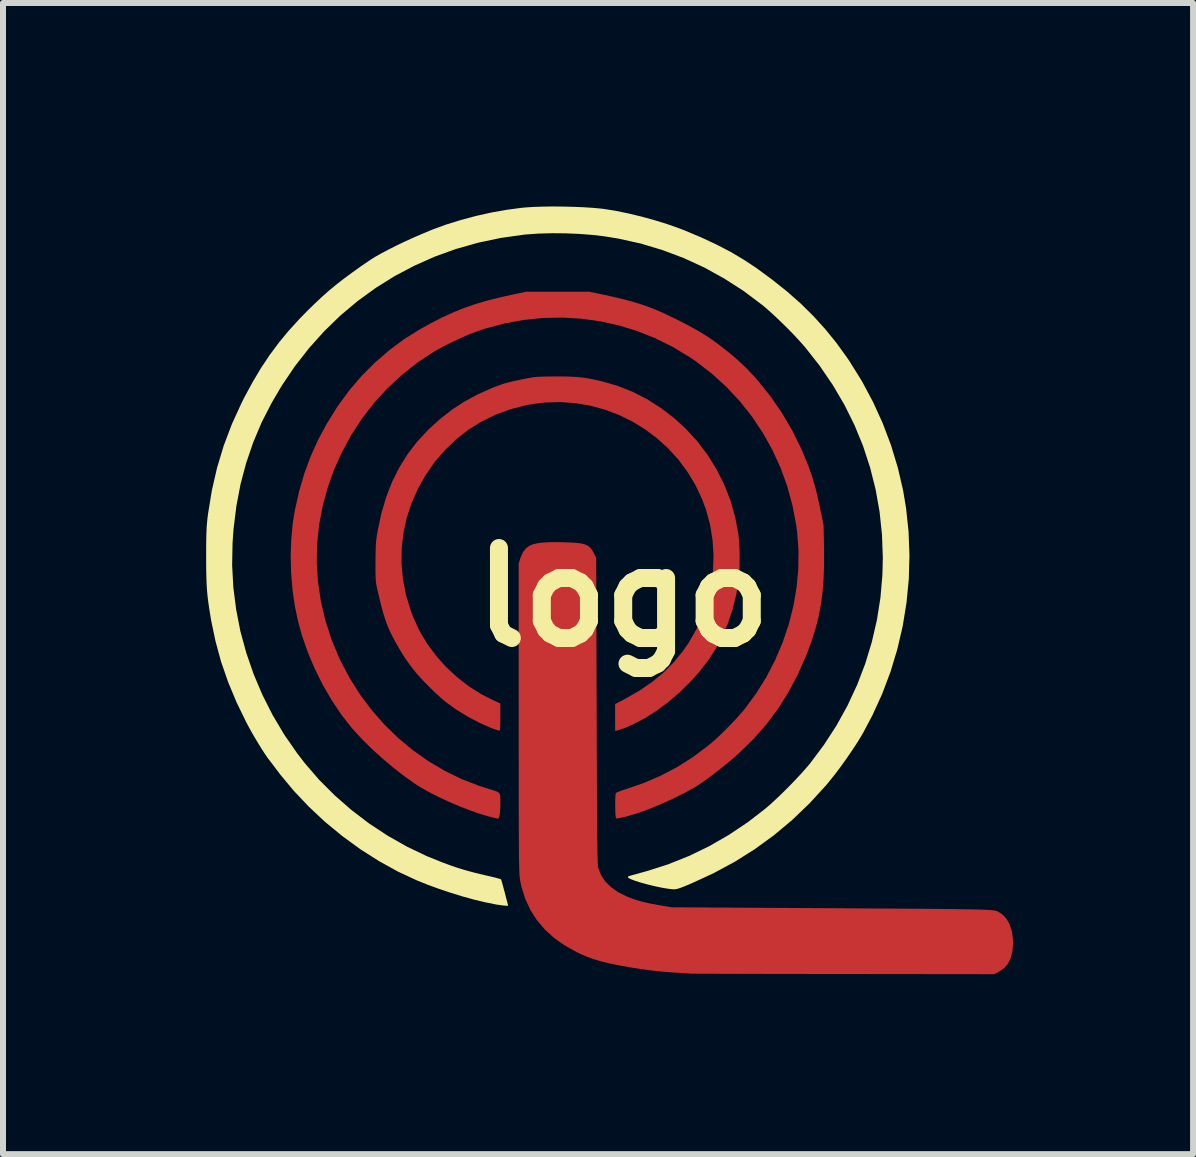
<source format=kicad_pcb>
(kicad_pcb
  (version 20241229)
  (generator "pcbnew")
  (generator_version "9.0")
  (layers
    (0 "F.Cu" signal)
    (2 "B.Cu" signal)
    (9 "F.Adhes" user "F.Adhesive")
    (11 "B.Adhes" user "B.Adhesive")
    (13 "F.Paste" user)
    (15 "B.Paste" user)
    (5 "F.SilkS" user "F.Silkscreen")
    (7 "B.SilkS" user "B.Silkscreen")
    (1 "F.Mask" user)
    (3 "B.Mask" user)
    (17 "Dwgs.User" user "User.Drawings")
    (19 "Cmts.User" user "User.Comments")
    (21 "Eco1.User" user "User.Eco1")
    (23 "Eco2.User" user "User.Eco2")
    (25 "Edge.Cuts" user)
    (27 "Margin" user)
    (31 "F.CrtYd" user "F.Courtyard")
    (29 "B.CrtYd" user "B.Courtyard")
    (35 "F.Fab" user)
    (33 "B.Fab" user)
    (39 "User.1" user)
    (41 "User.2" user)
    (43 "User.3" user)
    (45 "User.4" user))
  (footprint "logo"
    (layer "F.Cu")
    (at 6.248 5.994)
    (property "Reference" "logo" (at 1.092 0.914 0) (layer "F.SilkS") (effects (font (size 1.5 1.5) (thickness 0.3))))
    (attr board_only exclude_from_pos_files exclude_from_bom)
    (fp_poly (pts (xy 0.081 -0.004) (xy 0.204 -0.000172) (xy 0.303 0.006) (xy 0.382 0.015) (xy 0.443 0.029) (xy 0.491 0.048) (xy 0.529 0.074) (xy 0.56 0.108) (xy 0.588 0.151) (xy 0.607 0.188) (xy 0.641 0.256) (xy 0.649 2.807) (xy 0.65 3.123) (xy 0.651 3.413) (xy 0.652 3.677) (xy 0.653 3.918) (xy 0.654 4.137) (xy 0.655 4.333) (xy 0.656 4.509) (xy 0.657 4.666) (xy 0.658 4.804) (xy 0.659 4.925) (xy 0.661 5.03) (xy 0.662 5.12) (xy 0.663 5.196) (xy 0.665 5.26) (xy 0.667 5.311) (xy 0.668 5.352) (xy 0.67 5.383) (xy 0.673 5.406) (xy 0.675 5.422) (xy 0.676 5.428) (xy 0.722 5.545) (xy 0.793 5.651) (xy 0.889 5.746) (xy 1.008 5.83) (xy 1.152 5.902) (xy 1.213 5.927) (xy 1.312 5.961) (xy 1.417 5.991) (xy 1.536 6.018) (xy 1.674 6.044) (xy 1.703 6.049) (xy 1.9 6.082) (xy 4.355 6.096) (xy 4.686 6.098) (xy 4.99 6.1) (xy 5.27 6.102) (xy 5.525 6.103) (xy 5.758 6.105) (xy 5.969 6.106) (xy 6.16 6.108) (xy 6.331 6.109) (xy 6.484 6.111) (xy 6.62 6.112) (xy 6.74 6.114) (xy 6.845 6.116) (xy 6.935 6.117) (xy 7.013 6.119) (xy 7.08 6.121) (xy 7.136 6.124) (xy 7.182 6.126) (xy 7.22 6.129) (xy 7.25 6.132) (xy 7.275 6.135) (xy 7.294 6.138) (xy 7.31 6.142) (xy 7.322 6.146) (xy 7.333 6.15) (xy 7.341 6.154) (xy 7.42 6.205) (xy 7.485 6.279) (xy 7.536 6.372) (xy 7.571 6.482) (xy 7.589 6.607) (xy 7.591 6.678) (xy 7.582 6.81) (xy 7.553 6.925) (xy 7.506 7.021) (xy 7.441 7.098) (xy 7.362 7.152) (xy 7.277 7.197) (xy 4.778 7.194) (xy 4.519 7.194) (xy 4.266 7.194) (xy 4.022 7.193) (xy 3.787 7.193) (xy 3.563 7.193) (xy 3.352 7.192) (xy 3.154 7.192) (xy 2.971 7.191) (xy 2.805 7.191) (xy 2.657 7.19) (xy 2.527 7.19) (xy 2.419 7.189) (xy 2.332 7.189) (xy 2.269 7.188) (xy 2.23 7.188) (xy 2.218 7.188) (xy 2.184 7.185) (xy 2.129 7.182) (xy 2.059 7.177) (xy 1.98 7.172) (xy 1.933 7.169) (xy 1.786 7.158) (xy 1.645 7.145) (xy 1.504 7.128) (xy 1.353 7.106) (xy 1.187 7.08) (xy 1.009 7.048) (xy 0.852 7.016) (xy 0.714 6.981) (xy 0.589 6.943) (xy 0.473 6.9) (xy 0.361 6.851) (xy 0.314 6.828) (xy 0.114 6.716) (xy -0.063 6.591) (xy -0.216 6.451) (xy -0.346 6.298) (xy -0.454 6.13) (xy -0.539 5.948) (xy -0.602 5.75) (xy -0.627 5.635) (xy -0.629 5.618) (xy -0.632 5.599) (xy -0.634 5.576) (xy -0.637 5.549) (xy -0.639 5.516) (xy -0.64 5.476) (xy -0.642 5.428) (xy -0.643 5.371) (xy -0.645 5.303) (xy -0.646 5.223) (xy -0.647 5.13) (xy -0.647 5.024) (xy -0.648 4.902) (xy -0.649 4.763) (xy -0.649 4.607) (xy -0.65 4.432) (xy -0.65 4.236) (xy -0.65 4.02) (xy -0.65 3.781) (xy -0.651 3.519) (xy -0.651 3.231) (xy -0.651 2.929) (xy -0.651 0.351) (xy -0.621 0.256) (xy -0.581 0.164) (xy -0.528 0.095) (xy -0.47 0.054) (xy -0.412 0.03) (xy -0.338 0.013) (xy -0.248 0.001) (xy -0.137 -0.005) (xy -0.003 -0.006)) (stroke (width 0) (type solid)) (fill yes) (layer "F.Cu"))
    (fp_poly (pts (xy 0.101 -2.768) (xy 0.215 -2.765) (xy 0.316 -2.759) (xy 0.408 -2.75) (xy 0.501 -2.737) (xy 0.598 -2.718) (xy 0.708 -2.694) (xy 0.733 -2.688) (xy 0.994 -2.613) (xy 1.248 -2.512) (xy 1.493 -2.387) (xy 1.727 -2.238) (xy 1.949 -2.067) (xy 2.135 -1.896) (xy 2.329 -1.685) (xy 2.501 -1.457) (xy 2.65 -1.216) (xy 2.777 -0.963) (xy 2.88 -0.699) (xy 2.958 -0.426) (xy 3.01 -0.147) (xy 3.018 -0.082) (xy 3.025 0.003) (xy 3.03 0.107) (xy 3.033 0.222) (xy 3.032 0.339) (xy 3.03 0.451) (xy 3.024 0.549) (xy 3.02 0.602) (xy 2.979 0.858) (xy 2.916 1.113) (xy 2.832 1.361) (xy 2.729 1.597) (xy 2.634 1.773) (xy 2.51 1.963) (xy 2.365 2.151) (xy 2.203 2.332) (xy 2.027 2.503) (xy 1.84 2.663) (xy 1.647 2.806) (xy 1.45 2.931) (xy 1.254 3.034) (xy 1.152 3.079) (xy 1.096 3.1) (xy 1.045 3.119) (xy 1.007 3.131) (xy 0.999 3.132) (xy 0.957 3.142) (xy 0.957 2.918) (xy 0.957 2.694) (xy 1.129 2.604) (xy 1.362 2.47) (xy 1.571 2.327) (xy 1.76 2.172) (xy 1.929 2.003) (xy 2.081 1.818) (xy 2.182 1.673) (xy 2.311 1.449) (xy 2.417 1.215) (xy 2.499 0.972) (xy 2.556 0.722) (xy 2.589 0.468) (xy 2.598 0.213) (xy 2.581 -0.043) (xy 2.54 -0.296) (xy 2.473 -0.544) (xy 2.405 -0.727) (xy 2.294 -0.962) (xy 2.161 -1.181) (xy 2.009 -1.385) (xy 1.839 -1.571) (xy 1.653 -1.739) (xy 1.453 -1.889) (xy 1.24 -2.019) (xy 1.016 -2.128) (xy 0.782 -2.216) (xy 0.541 -2.281) (xy 0.293 -2.323) (xy 0.042 -2.341) (xy -0.212 -2.334) (xy -0.468 -2.3) (xy -0.53 -2.288) (xy -0.79 -2.221) (xy -1.038 -2.129) (xy -1.271 -2.015) (xy -1.491 -1.878) (xy -1.694 -1.72) (xy -1.881 -1.54) (xy -2.052 -1.341) (xy -2.203 -1.121) (xy -2.326 -0.904) (xy -2.434 -0.661) (xy -2.517 -0.413) (xy -2.572 -0.161) (xy -2.601 0.095) (xy -2.604 0.353) (xy -2.58 0.613) (xy -2.53 0.872) (xy -2.452 1.131) (xy -2.409 1.247) (xy -2.306 1.47) (xy -2.179 1.683) (xy -2.03 1.886) (xy -1.862 2.075) (xy -1.676 2.247) (xy -1.476 2.402) (xy -1.263 2.535) (xy -1.096 2.62) (xy -0.957 2.684) (xy -0.957 2.912) (xy -0.957 3) (xy -0.959 3.064) (xy -0.962 3.107) (xy -0.966 3.131) (xy -0.973 3.139) (xy -0.974 3.139) (xy -0.993 3.134) (xy -1.031 3.121) (xy -1.081 3.103) (xy -1.113 3.091) (xy -1.306 3.006) (xy -1.502 2.902) (xy -1.691 2.786) (xy -1.863 2.662) (xy -1.872 2.654) (xy -1.946 2.592) (xy -2.031 2.514) (xy -2.121 2.428) (xy -2.211 2.338) (xy -2.293 2.251) (xy -2.362 2.173) (xy -2.365 2.169) (xy -2.465 2.042) (xy -2.562 1.902) (xy -2.658 1.744) (xy -2.742 1.592) (xy -2.782 1.513) (xy -2.817 1.437) (xy -2.849 1.359) (xy -2.878 1.275) (xy -2.908 1.18) (xy -2.938 1.07) (xy -2.97 0.941) (xy -2.995 0.836) (xy -3.009 0.777) (xy -3.019 0.727) (xy -3.027 0.683) (xy -3.032 0.64) (xy -3.036 0.59) (xy -3.037 0.531) (xy -3.038 0.457) (xy -3.038 0.362) (xy -3.038 0.324) (xy -3.037 0.215) (xy -3.035 0.127) (xy -3.033 0.055) (xy -3.029 -0.007) (xy -3.022 -0.066) (xy -3.014 -0.125) (xy -3.002 -0.192) (xy -3.001 -0.198) (xy -2.939 -0.49) (xy -2.858 -0.762) (xy -2.759 -1.016) (xy -2.64 -1.253) (xy -2.501 -1.476) (xy -2.34 -1.684) (xy -2.158 -1.88) (xy -1.967 -2.054) (xy -1.764 -2.213) (xy -1.555 -2.35) (xy -1.335 -2.469) (xy -1.098 -2.574) (xy -1.019 -2.605) (xy -0.951 -2.63) (xy -0.887 -2.651) (xy -0.822 -2.669) (xy -0.749 -2.687) (xy -0.66 -2.706) (xy -0.57 -2.725) (xy -0.504 -2.738) (xy -0.448 -2.748) (xy -0.398 -2.756) (xy -0.346 -2.761) (xy -0.289 -2.764) (xy -0.22 -2.766) (xy -0.134 -2.767) (xy -0.034 -2.768)) (stroke (width 0) (type solid)) (fill yes) (layer "F.Cu"))
    (fp_poly (pts (xy -0.000054 -4.18) (xy 0.529 -4.18) (xy 0.739 -4.136) (xy 0.925 -4.095) (xy 1.088 -4.057) (xy 1.234 -4.018) (xy 1.369 -3.978) (xy 1.496 -3.934) (xy 1.62 -3.886) (xy 1.748 -3.831) (xy 1.883 -3.767) (xy 1.954 -3.733) (xy 2.103 -3.658) (xy 2.231 -3.59) (xy 2.345 -3.526) (xy 2.449 -3.463) (xy 2.547 -3.399) (xy 2.645 -3.329) (xy 2.693 -3.293) (xy 2.857 -3.165) (xy 3.003 -3.041) (xy 3.137 -2.915) (xy 3.266 -2.779) (xy 3.346 -2.688) (xy 3.55 -2.432) (xy 3.739 -2.158) (xy 3.909 -1.869) (xy 4.057 -1.571) (xy 4.182 -1.268) (xy 4.196 -1.229) (xy 4.234 -1.121) (xy 4.266 -1.017) (xy 4.296 -0.912) (xy 4.324 -0.798) (xy 4.353 -0.669) (xy 4.378 -0.551) (xy 4.432 -0.286) (xy 4.44 0.123) (xy 4.44 0.38) (xy 4.432 0.616) (xy 4.415 0.836) (xy 4.386 1.044) (xy 4.347 1.245) (xy 4.296 1.444) (xy 4.232 1.645) (xy 4.155 1.854) (xy 4.142 1.885) (xy 4.004 2.199) (xy 3.848 2.494) (xy 3.675 2.769) (xy 3.482 3.028) (xy 3.269 3.271) (xy 3.035 3.501) (xy 2.933 3.591) (xy 2.827 3.681) (xy 2.717 3.769) (xy 2.609 3.854) (xy 2.505 3.932) (xy 2.41 4) (xy 2.328 4.055) (xy 2.291 4.078) (xy 2.142 4.161) (xy 1.975 4.246) (xy 1.797 4.329) (xy 1.617 4.406) (xy 1.443 4.474) (xy 1.37 4.5) (xy 1.296 4.524) (xy 1.219 4.547) (xy 1.145 4.568) (xy 1.079 4.584) (xy 1.025 4.595) (xy 0.988 4.601) (xy 0.973 4.599) (xy 0.968 4.58) (xy 0.963 4.541) (xy 0.96 4.486) (xy 0.959 4.422) (xy 0.958 4.356) (xy 0.959 4.292) (xy 0.961 4.237) (xy 0.965 4.197) (xy 0.97 4.178) (xy 0.989 4.166) (xy 1.028 4.15) (xy 1.08 4.13) (xy 1.124 4.117) (xy 1.43 4.011) (xy 1.717 3.888) (xy 1.989 3.745) (xy 2.249 3.581) (xy 2.499 3.394) (xy 2.578 3.329) (xy 2.647 3.268) (xy 2.728 3.191) (xy 2.815 3.105) (xy 2.903 3.014) (xy 2.987 2.925) (xy 3.061 2.842) (xy 3.119 2.773) (xy 3.31 2.514) (xy 3.479 2.242) (xy 3.626 1.958) (xy 3.75 1.665) (xy 3.852 1.365) (xy 3.929 1.059) (xy 3.982 0.75) (xy 4.011 0.439) (xy 4.014 0.128) (xy 3.991 -0.18) (xy 3.976 -0.291) (xy 3.913 -0.619) (xy 3.826 -0.939) (xy 3.714 -1.247) (xy 3.578 -1.544) (xy 3.42 -1.827) (xy 3.24 -2.097) (xy 3.039 -2.351) (xy 2.817 -2.589) (xy 2.575 -2.81) (xy 2.314 -3.012) (xy 2.191 -3.096) (xy 1.913 -3.263) (xy 1.624 -3.406) (xy 1.326 -3.525) (xy 1.021 -3.618) (xy 0.709 -3.687) (xy 0.392 -3.731) (xy 0.073 -3.75) (xy -0.247 -3.743) (xy -0.568 -3.71) (xy -0.886 -3.652) (xy -1.201 -3.568) (xy -1.364 -3.513) (xy -1.478 -3.469) (xy -1.606 -3.414) (xy -1.739 -3.352) (xy -1.87 -3.287) (xy -1.99 -3.223) (xy -2.069 -3.177) (xy -2.344 -2.995) (xy -2.6 -2.792) (xy -2.839 -2.57) (xy -3.059 -2.33) (xy -3.259 -2.072) (xy -3.438 -1.798) (xy -3.595 -1.509) (xy -3.731 -1.207) (xy -3.832 -0.924) (xy -3.918 -0.61) (xy -3.978 -0.294) (xy -4.011 0.024) (xy -4.017 0.342) (xy -3.996 0.66) (xy -3.949 0.977) (xy -3.876 1.292) (xy -3.776 1.603) (xy -3.65 1.91) (xy -3.616 1.983) (xy -3.463 2.27) (xy -3.29 2.543) (xy -3.097 2.799) (xy -2.886 3.039) (xy -2.657 3.262) (xy -2.413 3.464) (xy -2.154 3.647) (xy -1.883 3.807) (xy -1.601 3.945) (xy -1.308 4.058) (xy -1.147 4.109) (xy -1.073 4.131) (xy -1.021 4.149) (xy -0.988 4.167) (xy -0.968 4.19) (xy -0.959 4.221) (xy -0.957 4.266) (xy -0.957 4.312) (xy -0.958 4.423) (xy -0.964 4.508) (xy -0.973 4.567) (xy -0.985 4.598) (xy -0.996 4.604) (xy -1.017 4.6) (xy -1.059 4.591) (xy -1.113 4.577) (xy -1.162 4.564) (xy -1.311 4.52) (xy -1.472 4.463) (xy -1.641 4.397) (xy -1.812 4.324) (xy -1.978 4.246) (xy -2.135 4.167) (xy -2.276 4.088) (xy -2.388 4.017) (xy -2.561 3.894) (xy -2.739 3.755) (xy -2.916 3.606) (xy -3.087 3.452) (xy -3.246 3.296) (xy -3.387 3.145) (xy -3.428 3.099) (xy -3.602 2.878) (xy -3.765 2.635) (xy -3.916 2.376) (xy -4.051 2.104) (xy -4.169 1.824) (xy -4.267 1.54) (xy -4.328 1.319) (xy -4.383 1.057) (xy -4.422 0.783) (xy -4.445 0.501) (xy -4.452 0.219) (xy -4.442 -0.06) (xy -4.417 -0.327) (xy -4.382 -0.538) (xy -4.311 -0.853) (xy -4.225 -1.149) (xy -4.121 -1.431) (xy -3.998 -1.705) (xy -3.853 -1.975) (xy -3.685 -2.246) (xy -3.658 -2.286) (xy -3.474 -2.537) (xy -3.27 -2.776) (xy -3.047 -2.999) (xy -2.809 -3.205) (xy -2.56 -3.39) (xy -2.308 -3.548) (xy -2.108 -3.659) (xy -1.92 -3.755) (xy -1.74 -3.837) (xy -1.56 -3.91) (xy -1.377 -3.973) (xy -1.182 -4.031) (xy -0.972 -4.084) (xy -0.77 -4.129) (xy -0.529 -4.18)) (stroke (width 0) (type solid)) (fill yes) (layer "F.Cu"))
    (fp_poly (pts (xy 0.155 -1.359) (xy 0.355 -1.327) (xy 0.453 -1.302) (xy 0.643 -1.233) (xy 0.821 -1.142) (xy 0.984 -1.031) (xy 1.131 -0.902) (xy 1.262 -0.756) (xy 1.375 -0.597) (xy 1.468 -0.425) (xy 1.54 -0.243) (xy 1.59 -0.054) (xy 1.617 0.141) (xy 1.619 0.34) (xy 1.6 0.508) (xy 1.565 0.676) (xy 1.517 0.83) (xy 1.454 0.975) (xy 1.371 1.119) (xy 1.267 1.267) (xy 1.26 1.276) (xy 1.224 1.32) (xy 1.18 1.37) (xy 1.131 1.422) (xy 1.083 1.471) (xy 1.038 1.514) (xy 1.001 1.546) (xy 0.976 1.564) (xy 0.97 1.566) (xy 0.965 1.552) (xy 0.961 1.513) (xy 0.959 1.45) (xy 0.957 1.364) (xy 0.957 1.268) (xy 0.957 0.971) (xy 1.018 0.878) (xy 1.092 0.741) (xy 1.144 0.592) (xy 1.174 0.433) (xy 1.182 0.268) (xy 1.167 0.101) (xy 1.131 -0.066) (xy 1.071 -0.229) (xy 1.051 -0.272) (xy 0.968 -0.42) (xy 0.871 -0.547) (xy 0.758 -0.656) (xy 0.625 -0.75) (xy 0.475 -0.829) (xy 0.403 -0.86) (xy 0.333 -0.883) (xy 0.259 -0.9) (xy 0.173 -0.913) (xy 0.07 -0.922) (xy 0.017 -0.926) (xy -0.051 -0.929) (xy -0.106 -0.928) (xy -0.159 -0.922) (xy -0.219 -0.91) (xy -0.271 -0.898) (xy -0.449 -0.842) (xy -0.609 -0.766) (xy -0.751 -0.668) (xy -0.875 -0.551) (xy -0.981 -0.413) (xy -1.069 -0.256) (xy -1.113 -0.152) (xy -1.156 -0.013) (xy -1.18 0.127) (xy -1.187 0.271) (xy -1.177 0.44) (xy -1.146 0.595) (xy -1.093 0.741) (xy -1.015 0.885) (xy -1.005 0.901) (xy -0.943 0.997) (xy -0.943 1.288) (xy -0.944 1.374) (xy -0.945 1.449) (xy -0.947 1.511) (xy -0.949 1.555) (xy -0.952 1.577) (xy -0.953 1.579) (xy -0.968 1.571) (xy -0.998 1.551) (xy -1.036 1.522) (xy -1.038 1.52) (xy -1.162 1.408) (xy -1.278 1.275) (xy -1.383 1.125) (xy -1.473 0.965) (xy -1.543 0.8) (xy -1.545 0.797) (xy -1.585 0.665) (xy -1.611 0.531) (xy -1.624 0.386) (xy -1.626 0.27) (xy -1.613 0.056) (xy -1.576 -0.147) (xy -1.514 -0.34) (xy -1.426 -0.526) (xy -1.312 -0.705) (xy -1.252 -0.785) (xy -1.177 -0.869) (xy -1.085 -0.955) (xy -0.983 -1.038) (xy -0.876 -1.114) (xy -0.772 -1.177) (xy -0.679 -1.222) (xy -0.464 -1.296) (xy -0.254 -1.343) (xy -0.048 -1.364)) (stroke (width 0) (type solid)) (fill yes) (layer "F.Mask"))
    (fp_poly (pts (xy 0.081 -0.004) (xy 0.204 -0.000172) (xy 0.303 0.006) (xy 0.382 0.015) (xy 0.443 0.029) (xy 0.491 0.048) (xy 0.529 0.074) (xy 0.56 0.108) (xy 0.588 0.151) (xy 0.607 0.188) (xy 0.641 0.256) (xy 0.649 2.807) (xy 0.65 3.123) (xy 0.651 3.413) (xy 0.652 3.677) (xy 0.653 3.918) (xy 0.654 4.137) (xy 0.655 4.333) (xy 0.656 4.509) (xy 0.657 4.666) (xy 0.658 4.804) (xy 0.659 4.925) (xy 0.661 5.03) (xy 0.662 5.12) (xy 0.663 5.196) (xy 0.665 5.26) (xy 0.667 5.311) (xy 0.668 5.352) (xy 0.67 5.383) (xy 0.673 5.406) (xy 0.675 5.422) (xy 0.676 5.428) (xy 0.722 5.545) (xy 0.793 5.651) (xy 0.889 5.746) (xy 1.008 5.83) (xy 1.152 5.902) (xy 1.213 5.927) (xy 1.312 5.961) (xy 1.417 5.991) (xy 1.536 6.018) (xy 1.674 6.044) (xy 1.703 6.049) (xy 1.9 6.082) (xy 4.355 6.096) (xy 4.686 6.098) (xy 4.99 6.1) (xy 5.27 6.102) (xy 5.525 6.103) (xy 5.758 6.105) (xy 5.969 6.106) (xy 6.16 6.108) (xy 6.331 6.109) (xy 6.484 6.111) (xy 6.62 6.112) (xy 6.74 6.114) (xy 6.845 6.116) (xy 6.935 6.117) (xy 7.013 6.119) (xy 7.08 6.121) (xy 7.136 6.124) (xy 7.182 6.126) (xy 7.22 6.129) (xy 7.25 6.132) (xy 7.275 6.135) (xy 7.294 6.138) (xy 7.31 6.142) (xy 7.322 6.146) (xy 7.333 6.15) (xy 7.341 6.154) (xy 7.42 6.205) (xy 7.485 6.279) (xy 7.536 6.372) (xy 7.571 6.482) (xy 7.589 6.607) (xy 7.591 6.678) (xy 7.582 6.81) (xy 7.553 6.925) (xy 7.506 7.021) (xy 7.441 7.098) (xy 7.362 7.152) (xy 7.277 7.197) (xy 4.778 7.194) (xy 4.519 7.194) (xy 4.266 7.194) (xy 4.022 7.193) (xy 3.787 7.193) (xy 3.563 7.193) (xy 3.352 7.192) (xy 3.154 7.192) (xy 2.971 7.191) (xy 2.805 7.191) (xy 2.657 7.19) (xy 2.527 7.19) (xy 2.419 7.189) (xy 2.332 7.189) (xy 2.269 7.188) (xy 2.23 7.188) (xy 2.218 7.188) (xy 2.184 7.185) (xy 2.129 7.182) (xy 2.059 7.177) (xy 1.98 7.172) (xy 1.933 7.169) (xy 1.786 7.158) (xy 1.645 7.145) (xy 1.504 7.128) (xy 1.353 7.106) (xy 1.187 7.08) (xy 1.009 7.048) (xy 0.852 7.016) (xy 0.714 6.981) (xy 0.589 6.943) (xy 0.473 6.9) (xy 0.361 6.851) (xy 0.314 6.828) (xy 0.114 6.716) (xy -0.063 6.591) (xy -0.216 6.451) (xy -0.346 6.298) (xy -0.454 6.13) (xy -0.539 5.948) (xy -0.602 5.75) (xy -0.627 5.635) (xy -0.629 5.618) (xy -0.632 5.599) (xy -0.634 5.576) (xy -0.637 5.549) (xy -0.639 5.516) (xy -0.64 5.476) (xy -0.642 5.428) (xy -0.643 5.371) (xy -0.645 5.303) (xy -0.646 5.223) (xy -0.647 5.13) (xy -0.647 5.024) (xy -0.648 4.902) (xy -0.649 4.763) (xy -0.649 4.607) (xy -0.65 4.432) (xy -0.65 4.236) (xy -0.65 4.02) (xy -0.65 3.781) (xy -0.651 3.519) (xy -0.651 3.231) (xy -0.651 2.929) (xy -0.651 0.351) (xy -0.621 0.256) (xy -0.581 0.164) (xy -0.528 0.095) (xy -0.47 0.054) (xy -0.412 0.03) (xy -0.338 0.013) (xy -0.248 0.001) (xy -0.137 -0.005) (xy -0.003 -0.006)) (stroke (width 0) (type solid)) (fill yes) (layer "F.Mask"))
    (fp_poly (pts (xy -0.000054 -4.18) (xy 0.529 -4.18) (xy 0.739 -4.136) (xy 0.925 -4.095) (xy 1.088 -4.057) (xy 1.234 -4.018) (xy 1.369 -3.978) (xy 1.496 -3.934) (xy 1.62 -3.886) (xy 1.748 -3.831) (xy 1.883 -3.767) (xy 1.954 -3.733) (xy 2.103 -3.658) (xy 2.231 -3.59) (xy 2.345 -3.526) (xy 2.449 -3.463) (xy 2.547 -3.399) (xy 2.645 -3.329) (xy 2.693 -3.293) (xy 2.857 -3.165) (xy 3.003 -3.041) (xy 3.137 -2.915) (xy 3.266 -2.779) (xy 3.346 -2.688) (xy 3.55 -2.432) (xy 3.739 -2.158) (xy 3.909 -1.869) (xy 4.057 -1.571) (xy 4.182 -1.268) (xy 4.196 -1.229) (xy 4.234 -1.121) (xy 4.266 -1.017) (xy 4.296 -0.912) (xy 4.324 -0.798) (xy 4.353 -0.669) (xy 4.378 -0.551) (xy 4.432 -0.286) (xy 4.44 0.123) (xy 4.44 0.38) (xy 4.432 0.616) (xy 4.415 0.836) (xy 4.386 1.044) (xy 4.347 1.245) (xy 4.296 1.444) (xy 4.232 1.645) (xy 4.155 1.854) (xy 4.142 1.885) (xy 4.004 2.199) (xy 3.848 2.494) (xy 3.675 2.769) (xy 3.482 3.028) (xy 3.269 3.271) (xy 3.035 3.501) (xy 2.933 3.591) (xy 2.827 3.681) (xy 2.717 3.769) (xy 2.609 3.854) (xy 2.505 3.932) (xy 2.41 4) (xy 2.328 4.055) (xy 2.291 4.078) (xy 2.142 4.161) (xy 1.975 4.246) (xy 1.797 4.329) (xy 1.617 4.406) (xy 1.443 4.474) (xy 1.37 4.5) (xy 1.296 4.524) (xy 1.219 4.547) (xy 1.145 4.568) (xy 1.079 4.584) (xy 1.025 4.595) (xy 0.988 4.601) (xy 0.973 4.599) (xy 0.968 4.58) (xy 0.963 4.541) (xy 0.96 4.486) (xy 0.959 4.422) (xy 0.958 4.356) (xy 0.959 4.292) (xy 0.961 4.237) (xy 0.965 4.197) (xy 0.97 4.178) (xy 0.989 4.166) (xy 1.028 4.15) (xy 1.08 4.13) (xy 1.124 4.117) (xy 1.43 4.011) (xy 1.717 3.888) (xy 1.989 3.745) (xy 2.249 3.581) (xy 2.499 3.394) (xy 2.578 3.329) (xy 2.647 3.268) (xy 2.728 3.191) (xy 2.815 3.105) (xy 2.903 3.014) (xy 2.987 2.925) (xy 3.061 2.842) (xy 3.119 2.773) (xy 3.31 2.514) (xy 3.479 2.242) (xy 3.626 1.958) (xy 3.75 1.665) (xy 3.852 1.365) (xy 3.929 1.059) (xy 3.982 0.75) (xy 4.011 0.439) (xy 4.014 0.128) (xy 3.991 -0.18) (xy 3.976 -0.291) (xy 3.913 -0.619) (xy 3.826 -0.939) (xy 3.714 -1.247) (xy 3.578 -1.544) (xy 3.42 -1.827) (xy 3.24 -2.097) (xy 3.039 -2.351) (xy 2.817 -2.589) (xy 2.575 -2.81) (xy 2.314 -3.012) (xy 2.191 -3.096) (xy 1.913 -3.263) (xy 1.624 -3.406) (xy 1.326 -3.525) (xy 1.021 -3.618) (xy 0.709 -3.687) (xy 0.392 -3.731) (xy 0.073 -3.75) (xy -0.247 -3.743) (xy -0.568 -3.71) (xy -0.886 -3.652) (xy -1.201 -3.568) (xy -1.364 -3.513) (xy -1.478 -3.469) (xy -1.606 -3.414) (xy -1.739 -3.352) (xy -1.87 -3.287) (xy -1.99 -3.223) (xy -2.069 -3.177) (xy -2.344 -2.995) (xy -2.6 -2.792) (xy -2.839 -2.57) (xy -3.059 -2.33) (xy -3.259 -2.072) (xy -3.438 -1.798) (xy -3.595 -1.509) (xy -3.731 -1.207) (xy -3.832 -0.924) (xy -3.918 -0.61) (xy -3.978 -0.294) (xy -4.011 0.024) (xy -4.017 0.342) (xy -3.996 0.66) (xy -3.949 0.977) (xy -3.876 1.292) (xy -3.776 1.603) (xy -3.65 1.91) (xy -3.616 1.983) (xy -3.463 2.27) (xy -3.29 2.543) (xy -3.097 2.799) (xy -2.886 3.039) (xy -2.657 3.262) (xy -2.413 3.464) (xy -2.154 3.647) (xy -1.883 3.807) (xy -1.601 3.945) (xy -1.308 4.058) (xy -1.147 4.109) (xy -1.073 4.131) (xy -1.021 4.149) (xy -0.988 4.167) (xy -0.968 4.19) (xy -0.959 4.221) (xy -0.957 4.266) (xy -0.957 4.312) (xy -0.958 4.423) (xy -0.964 4.508) (xy -0.973 4.567) (xy -0.985 4.598) (xy -0.996 4.604) (xy -1.017 4.6) (xy -1.059 4.591) (xy -1.113 4.577) (xy -1.162 4.564) (xy -1.311 4.52) (xy -1.472 4.463) (xy -1.641 4.397) (xy -1.812 4.324) (xy -1.978 4.246) (xy -2.135 4.167) (xy -2.276 4.088) (xy -2.388 4.017) (xy -2.561 3.894) (xy -2.739 3.755) (xy -2.916 3.606) (xy -3.087 3.452) (xy -3.246 3.296) (xy -3.387 3.145) (xy -3.428 3.099) (xy -3.602 2.878) (xy -3.765 2.635) (xy -3.916 2.376) (xy -4.051 2.104) (xy -4.169 1.824) (xy -4.267 1.54) (xy -4.328 1.319) (xy -4.383 1.057) (xy -4.422 0.783) (xy -4.445 0.501) (xy -4.452 0.219) (xy -4.442 -0.06) (xy -4.417 -0.327) (xy -4.382 -0.538) (xy -4.311 -0.853) (xy -4.225 -1.149) (xy -4.121 -1.431) (xy -3.998 -1.705) (xy -3.853 -1.975) (xy -3.685 -2.246) (xy -3.658 -2.286) (xy -3.474 -2.537) (xy -3.27 -2.776) (xy -3.047 -2.999) (xy -2.809 -3.205) (xy -2.56 -3.39) (xy -2.308 -3.548) (xy -2.108 -3.659) (xy -1.92 -3.755) (xy -1.74 -3.837) (xy -1.56 -3.91) (xy -1.377 -3.973) (xy -1.182 -4.031) (xy -0.972 -4.084) (xy -0.77 -4.129) (xy -0.529 -4.18)) (stroke (width 0) (type solid)) (fill yes) (layer "F.Mask"))
    (fp_poly (pts (xy 0.087 -5.6) (xy 0.261 -5.596) (xy 0.429 -5.589) (xy 0.586 -5.579) (xy 0.725 -5.566) (xy 0.794 -5.557) (xy 0.981 -5.526) (xy 1.185 -5.484) (xy 1.397 -5.433) (xy 1.611 -5.374) (xy 1.819 -5.31) (xy 2.013 -5.242) (xy 2.109 -5.205) (xy 2.39 -5.087) (xy 2.647 -4.967) (xy 2.884 -4.844) (xy 3.103 -4.714) (xy 3.304 -4.581) (xy 3.577 -4.381) (xy 3.826 -4.182) (xy 4.055 -3.98) (xy 4.265 -3.772) (xy 4.461 -3.556) (xy 4.645 -3.329) (xy 4.82 -3.087) (xy 4.861 -3.027) (xy 5.07 -2.692) (xy 5.256 -2.344) (xy 5.419 -1.986) (xy 5.557 -1.62) (xy 5.67 -1.247) (xy 5.758 -0.869) (xy 5.807 -0.576) (xy 5.849 -0.181) (xy 5.864 0.214) (xy 5.853 0.609) (xy 5.815 1.002) (xy 5.752 1.391) (xy 5.663 1.775) (xy 5.549 2.153) (xy 5.41 2.522) (xy 5.246 2.882) (xy 5.084 3.187) (xy 5.008 3.313) (xy 4.918 3.451) (xy 4.819 3.596) (xy 4.716 3.74) (xy 4.612 3.878) (xy 4.512 4.002) (xy 4.473 4.049) (xy 4.198 4.349) (xy 3.908 4.627) (xy 3.604 4.881) (xy 3.284 5.114) (xy 2.948 5.325) (xy 2.595 5.515) (xy 2.266 5.667) (xy 2.174 5.707) (xy 2.102 5.737) (xy 2.046 5.758) (xy 2.003 5.772) (xy 1.967 5.78) (xy 1.934 5.782) (xy 1.9 5.78) (xy 1.861 5.775) (xy 1.839 5.772) (xy 1.752 5.758) (xy 1.658 5.739) (xy 1.562 5.717) (xy 1.467 5.693) (xy 1.378 5.668) (xy 1.299 5.643) (xy 1.236 5.62) (xy 1.192 5.6) (xy 1.175 5.588) (xy 1.168 5.577) (xy 1.177 5.567) (xy 1.207 5.556) (xy 1.229 5.55) (xy 1.271 5.538) (xy 1.331 5.522) (xy 1.401 5.502) (xy 1.474 5.482) (xy 1.479 5.481) (xy 1.837 5.367) (xy 2.187 5.227) (xy 2.526 5.063) (xy 2.856 4.873) (xy 3.175 4.659) (xy 3.453 4.444) (xy 3.541 4.369) (xy 3.641 4.277) (xy 3.749 4.174) (xy 3.859 4.064) (xy 3.966 3.953) (xy 4.066 3.846) (xy 4.153 3.747) (xy 4.208 3.682) (xy 4.439 3.373) (xy 4.648 3.051) (xy 4.832 2.717) (xy 4.992 2.373) (xy 5.127 2.02) (xy 5.237 1.658) (xy 5.322 1.289) (xy 5.381 0.915) (xy 5.413 0.536) (xy 5.42 0.256) (xy 5.406 -0.13) (xy 5.366 -0.51) (xy 5.3 -0.883) (xy 5.208 -1.249) (xy 5.091 -1.607) (xy 4.948 -1.956) (xy 4.78 -2.295) (xy 4.586 -2.625) (xy 4.368 -2.945) (xy 4.126 -3.253) (xy 4.11 -3.271) (xy 4.036 -3.355) (xy 3.948 -3.45) (xy 3.85 -3.551) (xy 3.747 -3.653) (xy 3.644 -3.752) (xy 3.545 -3.843) (xy 3.457 -3.921) (xy 3.408 -3.961) (xy 3.099 -4.193) (xy 2.777 -4.4) (xy 2.444 -4.584) (xy 2.1 -4.742) (xy 1.747 -4.875) (xy 1.384 -4.984) (xy 1.012 -5.066) (xy 0.794 -5.102) (xy 0.587 -5.127) (xy 0.365 -5.144) (xy 0.136 -5.154) (xy -0.093 -5.156) (xy -0.314 -5.15) (xy -0.518 -5.136) (xy -0.563 -5.132) (xy -0.95 -5.077) (xy -1.327 -4.998) (xy -1.693 -4.894) (xy -2.047 -4.767) (xy -2.389 -4.615) (xy -2.719 -4.441) (xy -3.034 -4.244) (xy -3.336 -4.025) (xy -3.622 -3.785) (xy -3.892 -3.523) (xy -4.145 -3.241) (xy -4.381 -2.939) (xy -4.599 -2.617) (xy -4.769 -2.328) (xy -4.936 -2.002) (xy -5.077 -1.668) (xy -5.194 -1.325) (xy -5.288 -0.972) (xy -5.357 -0.608) (xy -5.404 -0.23) (xy -5.421 0.006) (xy -5.428 0.377) (xy -5.408 0.748) (xy -5.361 1.116) (xy -5.29 1.481) (xy -5.192 1.84) (xy -5.07 2.194) (xy -4.924 2.539) (xy -4.754 2.875) (xy -4.561 3.201) (xy -4.344 3.514) (xy -4.216 3.68) (xy -3.977 3.957) (xy -3.717 4.217) (xy -3.439 4.46) (xy -3.144 4.685) (xy -2.834 4.889) (xy -2.513 5.071) (xy -2.181 5.23) (xy -1.92 5.335) (xy -1.803 5.378) (xy -1.7 5.414) (xy -1.603 5.445) (xy -1.506 5.473) (xy -1.402 5.501) (xy -1.283 5.53) (xy -1.183 5.554) (xy -1.108 5.571) (xy -1.042 5.587) (xy -0.99 5.601) (xy -0.957 5.611) (xy -0.946 5.615) (xy -0.94 5.63) (xy -0.929 5.667) (xy -0.914 5.721) (xy -0.896 5.788) (xy -0.882 5.84) (xy -0.826 6.057) (xy -0.874 6.055) (xy -0.909 6.052) (xy -0.961 6.045) (xy -1.023 6.036) (xy -1.058 6.029) (xy -1.221 5.996) (xy -1.402 5.952) (xy -1.593 5.899) (xy -1.79 5.838) (xy -1.984 5.773) (xy -2.17 5.705) (xy -2.34 5.637) (xy -2.663 5.487) (xy -2.981 5.311) (xy -3.292 5.113) (xy -3.592 4.894) (xy -3.879 4.658) (xy -4.149 4.405) (xy -4.401 4.139) (xy -4.631 3.862) (xy -4.679 3.798) (xy -4.721 3.742) (xy -4.761 3.689) (xy -4.794 3.646) (xy -4.811 3.625) (xy -4.845 3.579) (xy -4.889 3.513) (xy -4.941 3.433) (xy -4.996 3.343) (xy -5.053 3.248) (xy -5.108 3.153) (xy -5.158 3.062) (xy -5.189 3.004) (xy -5.354 2.665) (xy -5.494 2.329) (xy -5.611 1.991) (xy -5.705 1.647) (xy -5.779 1.293) (xy -5.792 1.213) (xy -5.811 1.096) (xy -5.826 0.99) (xy -5.838 0.892) (xy -5.847 0.796) (xy -5.853 0.697) (xy -5.857 0.59) (xy -5.86 0.47) (xy -5.861 0.331) (xy -5.861 0.216) (xy -5.861 0.082) (xy -5.86 -0.028) (xy -5.858 -0.121) (xy -5.855 -0.199) (xy -5.852 -0.268) (xy -5.846 -0.333) (xy -5.84 -0.397) (xy -5.831 -0.465) (xy -5.83 -0.476) (xy -5.766 -0.868) (xy -5.679 -1.247) (xy -5.568 -1.615) (xy -5.432 -1.974) (xy -5.271 -2.326) (xy -5.223 -2.422) (xy -5.085 -2.676) (xy -4.947 -2.908) (xy -4.803 -3.124) (xy -4.651 -3.329) (xy -4.487 -3.528) (xy -4.306 -3.727) (xy -4.173 -3.863) (xy -4.052 -3.981) (xy -3.936 -4.09) (xy -3.82 -4.193) (xy -3.7 -4.293) (xy -3.572 -4.393) (xy -3.432 -4.496) (xy -3.277 -4.607) (xy -3.128 -4.709) (xy -3.049 -4.759) (xy -2.948 -4.816) (xy -2.829 -4.879) (xy -2.697 -4.946) (xy -2.555 -5.014) (xy -2.406 -5.082) (xy -2.256 -5.147) (xy -2.107 -5.209) (xy -2.083 -5.219) (xy -1.858 -5.301) (xy -1.616 -5.376) (xy -1.362 -5.444) (xy -1.106 -5.501) (xy -0.853 -5.546) (xy -0.613 -5.578) (xy -0.543 -5.585) (xy -0.407 -5.594) (xy -0.253 -5.599) (xy -0.086 -5.602)) (stroke (width 0) (type solid)) (fill yes) (layer "F.SilkS"))
    (zone (net_name "") (layers "F.Cu" "F.SilkS") (hatch edge 0.5) (connect_pads) (min_thickness 0.25) (filled_areas_thickness no) (keepout (tracks not_allowed) (vias not_allowed) (pads not_allowed) (copperpour not_allowed) (footprints allowed)) (placement (enabled no)) (fill) (polygon (pts (xy 12.497 6.248) (xy 12.478 5.758) (xy 12.42 5.271) (xy 12.324 4.79) (xy 12.191 4.318) (xy 12.021 3.857) (xy 11.816 3.412) (xy 11.576 2.984) (xy 11.303 2.576) (xy 11 2.19) (xy 10.667 1.83) (xy 10.306 1.497) (xy 9.921 1.193) (xy 9.513 0.921) (xy 9.085 0.681) (xy 8.64 0.476) (xy 8.179 0.306) (xy 7.707 0.173) (xy 7.226 0.077) (xy 6.739 0.019) (xy 6.248 0) (xy 5.758 0.019) (xy 5.271 0.077) (xy 4.79 0.173) (xy 4.318 0.306) (xy 3.857 0.476) (xy 3.412 0.681) (xy 2.984 0.921) (xy 2.576 1.193) (xy 2.19 1.497) (xy 1.83 1.83) (xy 1.497 2.19) (xy 1.193 2.576) (xy 0.921 2.984) (xy 0.681 3.412) (xy 0.476 3.857) (xy 0.306 4.318) (xy 0.173 4.79) (xy 0.077 5.271) (xy 0.019 5.758) (xy 0 6.248) (xy 0.019 6.739) (xy 0.077 7.226) (xy 0.173 7.707) (xy 0.306 8.179) (xy 0.476 8.64) (xy 0.681 9.085) (xy 0.921 9.513) (xy 1.193 9.921) (xy 1.497 10.306) (xy 1.83 10.667) (xy 2.19 11) (xy 2.576 11.303) (xy 2.984 11.576) (xy 3.412 11.816) (xy 3.857 12.021) (xy 4.318 12.191) (xy 4.79 12.324) (xy 5.271 12.42) (xy 5.758 12.478) (xy 6.248 12.497) (xy 6.739 12.478) (xy 7.226 12.42) (xy 7.707 12.324) (xy 8.179 12.191) (xy 8.64 12.021) (xy 9.085 11.816) (xy 9.513 11.576) (xy 9.921 11.303) (xy 10.306 11) (xy 10.667 10.667) (xy 11 10.306) (xy 11.303 9.921) (xy 11.576 9.513) (xy 11.816 9.085) (xy 12.021 8.64) (xy 12.191 8.179) (xy 12.324 7.707) (xy 12.42 7.226) (xy 12.478 6.739)))))
  (gr_rect
    (start -3 -3)
    (end 16.84 16.191)
    (stroke (width 0.1) (type default))
    (fill no)
    (layer "Edge.Cuts")))
</source>
